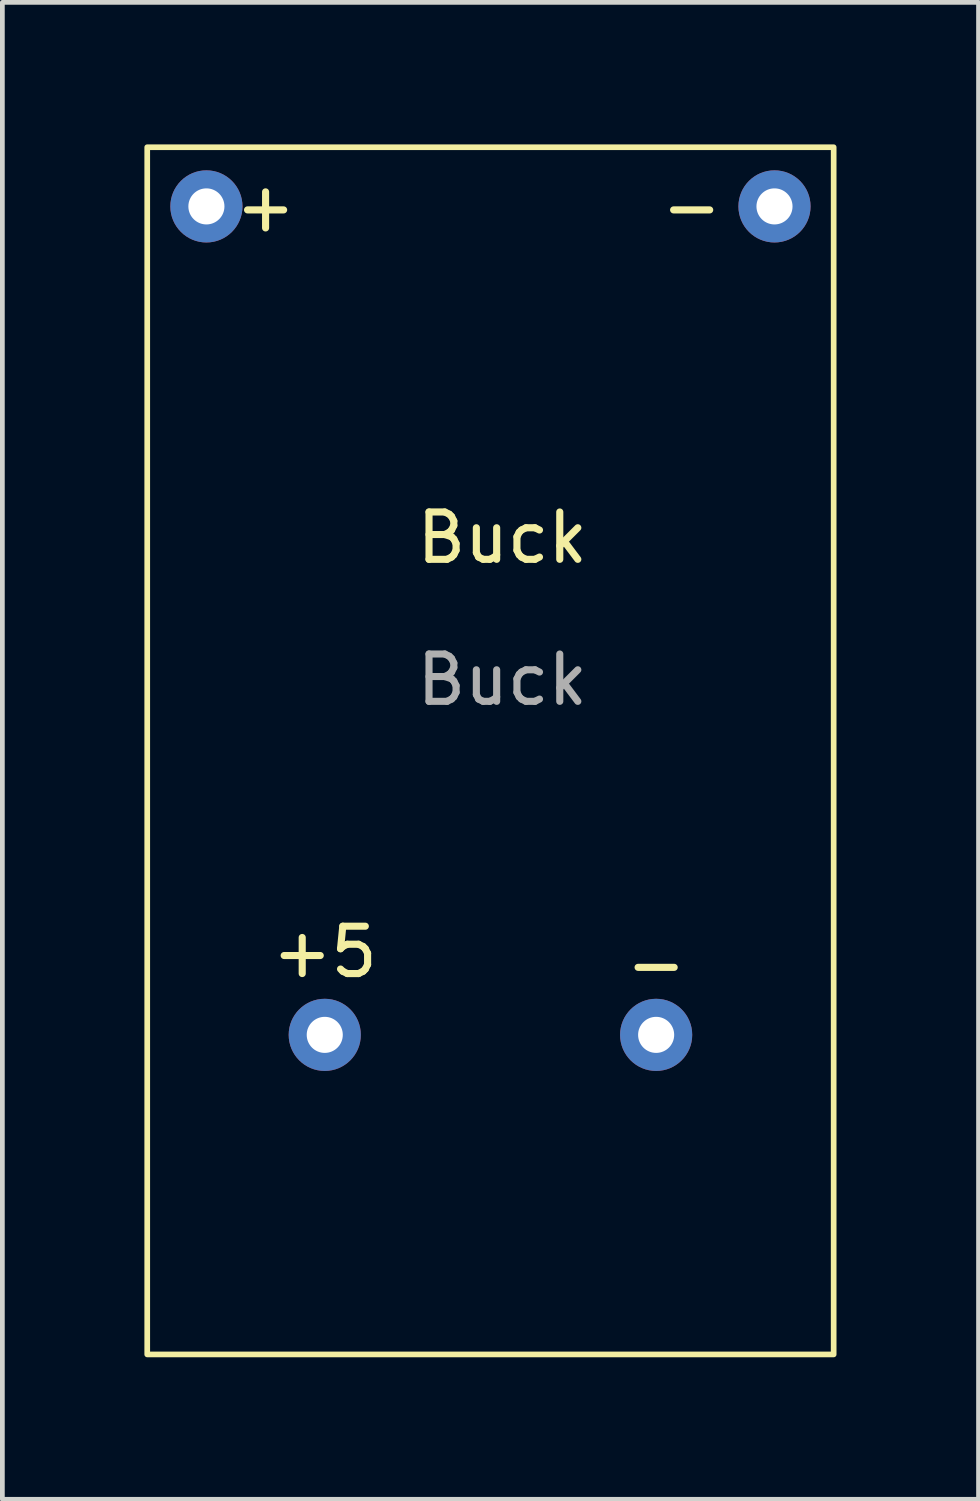
<source format=kicad_pcb>
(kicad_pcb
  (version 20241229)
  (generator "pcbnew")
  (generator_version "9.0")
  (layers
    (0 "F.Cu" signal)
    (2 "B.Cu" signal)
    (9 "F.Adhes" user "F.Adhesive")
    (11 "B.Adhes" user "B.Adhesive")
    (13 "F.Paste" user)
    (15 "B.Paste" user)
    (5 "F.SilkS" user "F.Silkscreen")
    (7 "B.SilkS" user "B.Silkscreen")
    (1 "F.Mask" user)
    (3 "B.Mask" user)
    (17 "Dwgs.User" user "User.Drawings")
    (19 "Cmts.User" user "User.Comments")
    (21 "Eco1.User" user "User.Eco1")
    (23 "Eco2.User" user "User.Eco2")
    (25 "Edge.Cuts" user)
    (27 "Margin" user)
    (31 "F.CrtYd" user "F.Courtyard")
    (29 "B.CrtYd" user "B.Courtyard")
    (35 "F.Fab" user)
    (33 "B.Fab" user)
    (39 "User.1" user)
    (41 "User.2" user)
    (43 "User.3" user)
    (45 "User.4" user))
  (footprint "Buck"
    (layer "F.Cu")
    (at 7.31 12.81)
    (property "Reference" "Buck" (at 0.25 -4.5 0) (unlocked yes) (layer "F.SilkS") (effects (font (size 1 1) (thickness 0.15))))
    (attr through_hole)
    (fp_rect (start -7.25 -12.75) (end 7.25 12.75) (stroke (width 0.12) (type solid)) (fill no) (layer "F.SilkS"))
    (fp_text user "-" (at 3.5 4.5 0) (unlocked yes) (layer "F.SilkS") (effects (font (size 1 1) (thickness 0.15))))
    (fp_text user "-" (at 4.25 -11.5 0) (unlocked yes) (layer "F.SilkS") (effects (font (size 1 1) (thickness 0.15))))
    (fp_text user "+" (at -4.75 -11.5 0) (unlocked yes) (layer "F.SilkS") (effects (font (size 1 1) (thickness 0.15))))
    (fp_text user "+5" (at -3.5 4.25 0) (unlocked yes) (layer "F.SilkS") (effects (font (size 1 1) (thickness 0.15))))
    (fp_text user "${REFERENCE}" (at 0.25 -1.5 0) (unlocked yes) (layer "F.Fab") (effects (font (size 1 1) (thickness 0.15))))
    (pad "1" thru_hole circle (at -6 -11.5) (size 1.524 1.524) (drill 0.762) (layers "*.Cu" "*.Mask"))
    (pad "2" thru_hole circle (at 6 -11.5) (size 1.524 1.524) (drill 0.762) (layers "*.Cu" "*.Mask"))
    (pad "3" thru_hole circle (at -3.5 6) (size 1.524 1.524) (drill 0.762) (layers "*.Cu" "*.Mask"))
    (pad "4" thru_hole circle (at 3.5 6) (size 1.524 1.524) (drill 0.762) (layers "*.Cu" "*.Mask")))
  (gr_rect
    (start -3 -3)
    (end 17.62 28.62)
    (stroke (width 0.1) (type default))
    (fill no)
    (layer "Edge.Cuts")))
</source>
